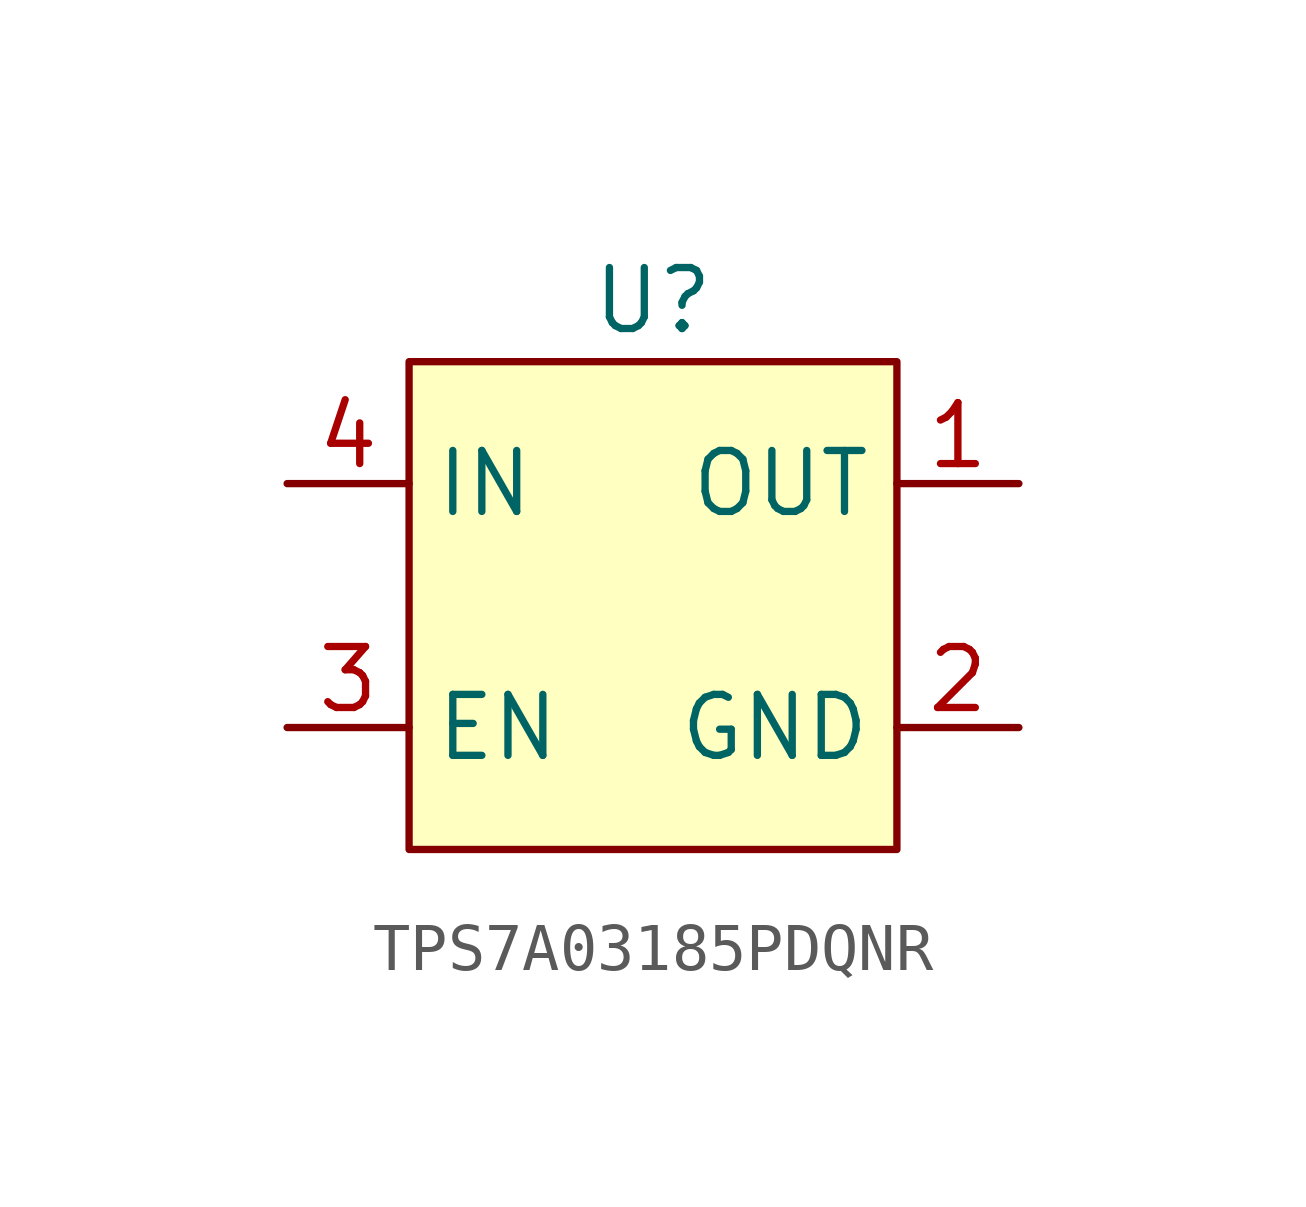
<source format=kicad_sym>
(kicad_symbol_lib
  (version 20220914)
  (generator kicad_symbol_editor)
  (symbol "TPS7A03185PDQNR"
    (property "Reference" "U"
      (at 0 5.08 0)
      (effects (font (size 1.27 1.27))))
    (property "Value" ""
      (at 0 0 0)
      (effects (font (size 1.27 1.27))))
    (symbol "TPS7A03185PDQNR_1_1"
      (rectangle (start -5.08 3.81) (end 5.08 -6.35) (stroke (width 0) (type default)) (fill (type background)))
      (pin power_out line (at 7.62 1.27 180) (length 2.54) (name "OUT" (effects (font (size 1.27 1.27)))) (number "1" (effects (font (size 1.27 1.27)))))
      (pin power_in line (at 7.62 -3.81 180) (length 2.54) (name "GND" (effects (font (size 1.27 1.27)))) (number "2" (effects (font (size 1.27 1.27)))))
      (pin input line (at -7.62 -3.81 0) (length 2.54) (name "EN" (effects (font (size 1.27 1.27)))) (number "3" (effects (font (size 1.27 1.27)))))
      (pin power_in line (at -7.62 1.27 0) (length 2.54) (name "IN" (effects (font (size 1.27 1.27)))) (number "4" (effects (font (size 1.27 1.27))))))))
</source>
